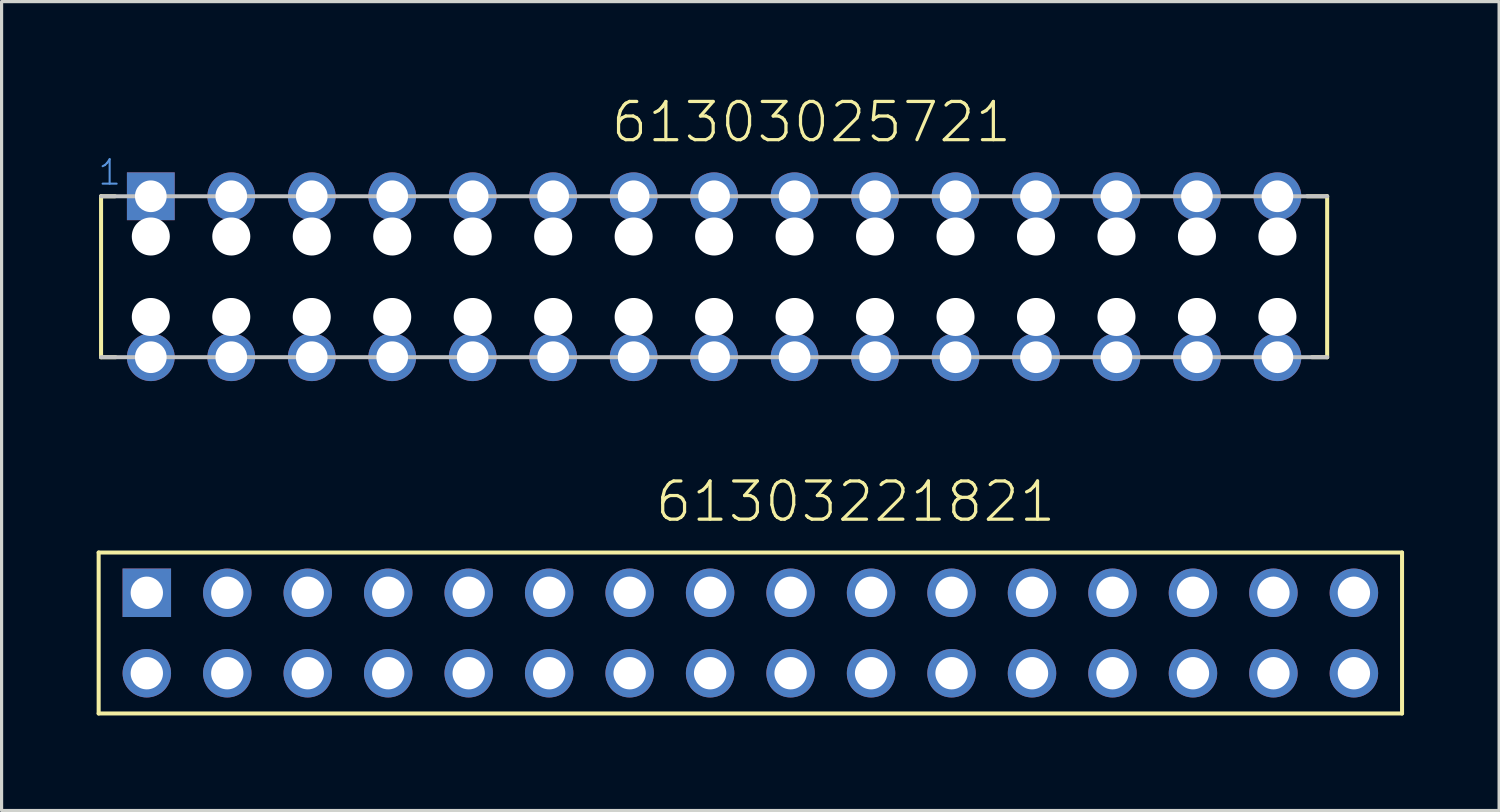
<source format=kicad_pcb>
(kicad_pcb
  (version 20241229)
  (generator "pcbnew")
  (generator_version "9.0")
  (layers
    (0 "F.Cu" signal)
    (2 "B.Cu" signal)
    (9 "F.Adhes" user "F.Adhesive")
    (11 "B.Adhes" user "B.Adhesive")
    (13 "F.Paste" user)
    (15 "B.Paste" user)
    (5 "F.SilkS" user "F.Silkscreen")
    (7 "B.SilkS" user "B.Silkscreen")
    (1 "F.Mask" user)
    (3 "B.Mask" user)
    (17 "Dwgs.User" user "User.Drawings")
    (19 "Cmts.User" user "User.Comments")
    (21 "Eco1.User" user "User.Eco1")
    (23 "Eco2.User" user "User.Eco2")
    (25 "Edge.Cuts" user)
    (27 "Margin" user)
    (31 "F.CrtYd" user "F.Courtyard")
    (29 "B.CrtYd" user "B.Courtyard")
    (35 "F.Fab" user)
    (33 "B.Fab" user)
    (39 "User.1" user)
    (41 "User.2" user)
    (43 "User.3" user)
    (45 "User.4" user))
  (footprint "61303221821"
    (layer "F.Cu")
    (at 20.634 16.93)
    (property "Reference" "61303221821" (at -3.063 -3.44 0) (layer "F.SilkS") (effects (font (size 1.206 1.206) (thickness 0.102)) (justify left bottom)))
    (attr through_hole)
    (fp_line (start -20.57 -2.54) (end -20.57 2.54) (stroke (width 0.127) (type solid)) (layer "F.SilkS"))
    (fp_line (start -20.57 2.54) (end 20.57 2.54) (stroke (width 0.127) (type solid)) (layer "F.SilkS"))
    (fp_line (start 20.57 -2.54) (end -20.57 -2.54) (stroke (width 0.127) (type solid)) (layer "F.SilkS"))
    (fp_line (start 20.57 2.54) (end 20.57 -2.54) (stroke (width 0.127) (type solid)) (layer "F.SilkS"))
    (fp_text user "1" (at -19.28 -1 0) (layer "Cmts.User") (effects (font (size 0.579 0.579) (thickness 0.049)) (justify left bottom)))
    (pad "1" thru_hole rect (at -19.05 -1.27) (size 1.53 1.53) (drill 1.02) (layers "*.Cu" "*.Mask"))
    (pad "2" thru_hole circle (at -16.51 -1.27) (size 1.53 1.53) (drill 1.02) (layers "*.Cu" "*.Mask"))
    (pad "3" thru_hole circle (at -13.97 -1.27) (size 1.53 1.53) (drill 1.02) (layers "*.Cu" "*.Mask"))
    (pad "4" thru_hole circle (at -11.43 -1.27) (size 1.53 1.53) (drill 1.02) (layers "*.Cu" "*.Mask"))
    (pad "5" thru_hole circle (at -8.89 -1.27) (size 1.53 1.53) (drill 1.02) (layers "*.Cu" "*.Mask"))
    (pad "6" thru_hole circle (at -6.35 -1.27) (size 1.53 1.53) (drill 1.02) (layers "*.Cu" "*.Mask"))
    (pad "7" thru_hole circle (at -3.81 -1.27) (size 1.53 1.53) (drill 1.02) (layers "*.Cu" "*.Mask"))
    (pad "8" thru_hole circle (at -1.27 -1.27) (size 1.53 1.53) (drill 1.02) (layers "*.Cu" "*.Mask"))
    (pad "9" thru_hole circle (at 1.27 -1.27) (size 1.53 1.53) (drill 1.02) (layers "*.Cu" "*.Mask"))
    (pad "10" thru_hole circle (at 3.81 -1.27) (size 1.53 1.53) (drill 1.02) (layers "*.Cu" "*.Mask"))
    (pad "11" thru_hole circle (at 6.35 -1.27) (size 1.53 1.53) (drill 1.02) (layers "*.Cu" "*.Mask"))
    (pad "12" thru_hole circle (at 8.89 -1.27) (size 1.53 1.53) (drill 1.02) (layers "*.Cu" "*.Mask"))
    (pad "13" thru_hole circle (at 11.43 -1.27) (size 1.53 1.53) (drill 1.02) (layers "*.Cu" "*.Mask"))
    (pad "14" thru_hole circle (at 13.97 -1.27) (size 1.53 1.53) (drill 1.02) (layers "*.Cu" "*.Mask"))
    (pad "15" thru_hole circle (at 16.51 -1.27) (size 1.53 1.53) (drill 1.02) (layers "*.Cu" "*.Mask"))
    (pad "16" thru_hole circle (at 19.05 -1.27) (size 1.53 1.53) (drill 1.02) (layers "*.Cu" "*.Mask"))
    (pad "17" thru_hole circle (at 19.05 1.27) (size 1.53 1.53) (drill 1.02) (layers "*.Cu" "*.Mask"))
    (pad "18" thru_hole circle (at 16.51 1.27) (size 1.53 1.53) (drill 1.02) (layers "*.Cu" "*.Mask"))
    (pad "19" thru_hole circle (at 13.97 1.27) (size 1.53 1.53) (drill 1.02) (layers "*.Cu" "*.Mask"))
    (pad "20" thru_hole circle (at 11.43 1.27) (size 1.53 1.53) (drill 1.02) (layers "*.Cu" "*.Mask"))
    (pad "21" thru_hole circle (at 8.89 1.27) (size 1.53 1.53) (drill 1.02) (layers "*.Cu" "*.Mask"))
    (pad "22" thru_hole circle (at 6.35 1.27) (size 1.53 1.53) (drill 1.02) (layers "*.Cu" "*.Mask"))
    (pad "23" thru_hole circle (at 3.81 1.27) (size 1.53 1.53) (drill 1.02) (layers "*.Cu" "*.Mask"))
    (pad "24" thru_hole circle (at 1.27 1.27) (size 1.53 1.53) (drill 1.02) (layers "*.Cu" "*.Mask"))
    (pad "25" thru_hole circle (at -1.27 1.27) (size 1.53 1.53) (drill 1.02) (layers "*.Cu" "*.Mask"))
    (pad "26" thru_hole circle (at -3.81 1.27) (size 1.53 1.53) (drill 1.02) (layers "*.Cu" "*.Mask"))
    (pad "27" thru_hole circle (at -6.35 1.27) (size 1.53 1.53) (drill 1.02) (layers "*.Cu" "*.Mask"))
    (pad "28" thru_hole circle (at -8.89 1.27) (size 1.53 1.53) (drill 1.02) (layers "*.Cu" "*.Mask"))
    (pad "29" thru_hole circle (at -11.43 1.27) (size 1.53 1.53) (drill 1.02) (layers "*.Cu" "*.Mask"))
    (pad "30" thru_hole circle (at -13.97 1.27) (size 1.53 1.53) (drill 1.02) (layers "*.Cu" "*.Mask"))
    (pad "31" thru_hole circle (at -16.51 1.27) (size 1.53 1.53) (drill 1.02) (layers "*.Cu" "*.Mask"))
    (pad "32" thru_hole circle (at -19.05 1.27) (size 1.53 1.53) (drill 1.02) (layers "*.Cu" "*.Mask")))
  (footprint "61303025721"
    (layer "F.Cu")
    (at 19.49 5.685)
    (property "Reference" "61303025721" (at -3.313 -4.174 0) (layer "F.SilkS") (effects (font (size 1.206 1.206) (thickness 0.102)) (justify left bottom)))
    (attr through_hole)
    (fp_line (start -19.35 2.54) (end -19.35 -2.54) (stroke (width 0.127) (type solid)) (layer "F.SilkS"))
    (fp_line (start -18.91 -2.54) (end -19.35 -2.54) (stroke (width 0.127) (type solid)) (layer "F.SilkS"))
    (fp_line (start -18.89 2.54) (end -19.35 2.54) (stroke (width 0.127) (type solid)) (layer "F.SilkS"))
    (fp_line (start 18.72 -2.54) (end 19.35 -2.54) (stroke (width 0.127) (type solid)) (layer "F.SilkS"))
    (fp_line (start 18.87 2.54) (end 19.35 2.54) (stroke (width 0.127) (type solid)) (layer "F.SilkS"))
    (fp_line (start 19.35 -2.54) (end 19.35 2.54) (stroke (width 0.127) (type solid)) (layer "F.SilkS"))
    (fp_line (start -19.35 -2.54) (end 19.35 -2.54) (stroke (width 0.127) (type solid)) (layer "Dwgs.User"))
    (fp_line (start 19.35 2.54) (end -19.35 2.54) (stroke (width 0.127) (type solid)) (layer "Dwgs.User"))
    (fp_text user "1" (at -19.49 -2.84 0) (layer "Cmts.User") (effects (font (size 0.772 0.772) (thickness 0.065)) (justify left bottom)))
    (pad "" np_thru_hole circle (at -17.78 -1.27) (size 1.2 1.2) (drill 1.2) (layers "*.Cu"))
    (pad "" np_thru_hole circle (at -17.78 1.27) (size 1.2 1.2) (drill 1.2) (layers "*.Cu"))
    (pad "" np_thru_hole circle (at -15.24 -1.27) (size 1.2 1.2) (drill 1.2) (layers "*.Cu"))
    (pad "" np_thru_hole circle (at -15.24 1.27) (size 1.2 1.2) (drill 1.2) (layers "*.Cu"))
    (pad "" np_thru_hole circle (at -12.7 -1.27) (size 1.2 1.2) (drill 1.2) (layers "*.Cu"))
    (pad "" np_thru_hole circle (at -12.7 1.27) (size 1.2 1.2) (drill 1.2) (layers "*.Cu"))
    (pad "" np_thru_hole circle (at -10.16 -1.27) (size 1.2 1.2) (drill 1.2) (layers "*.Cu"))
    (pad "" np_thru_hole circle (at -10.16 1.27) (size 1.2 1.2) (drill 1.2) (layers "*.Cu"))
    (pad "" np_thru_hole circle (at -7.62 -1.27) (size 1.2 1.2) (drill 1.2) (layers "*.Cu"))
    (pad "" np_thru_hole circle (at -7.62 1.27) (size 1.2 1.2) (drill 1.2) (layers "*.Cu"))
    (pad "" np_thru_hole circle (at -5.08 -1.27) (size 1.2 1.2) (drill 1.2) (layers "*.Cu"))
    (pad "" np_thru_hole circle (at -5.08 1.27) (size 1.2 1.2) (drill 1.2) (layers "*.Cu"))
    (pad "" np_thru_hole circle (at -2.54 -1.27) (size 1.2 1.2) (drill 1.2) (layers "*.Cu"))
    (pad "" np_thru_hole circle (at -2.54 1.27) (size 1.2 1.2) (drill 1.2) (layers "*.Cu"))
    (pad "" np_thru_hole circle (at 0 -1.27) (size 1.2 1.2) (drill 1.2) (layers "*.Cu"))
    (pad "" np_thru_hole circle (at 0 1.27) (size 1.2 1.2) (drill 1.2) (layers "*.Cu"))
    (pad "" np_thru_hole circle (at 2.54 -1.27) (size 1.2 1.2) (drill 1.2) (layers "*.Cu"))
    (pad "" np_thru_hole circle (at 2.54 1.27) (size 1.2 1.2) (drill 1.2) (layers "*.Cu"))
    (pad "" np_thru_hole circle (at 5.08 -1.27) (size 1.2 1.2) (drill 1.2) (layers "*.Cu"))
    (pad "" np_thru_hole circle (at 5.08 1.27) (size 1.2 1.2) (drill 1.2) (layers "*.Cu"))
    (pad "" np_thru_hole circle (at 7.62 -1.27) (size 1.2 1.2) (drill 1.2) (layers "*.Cu"))
    (pad "" np_thru_hole circle (at 7.62 1.27) (size 1.2 1.2) (drill 1.2) (layers "*.Cu"))
    (pad "" np_thru_hole circle (at 10.16 -1.27) (size 1.2 1.2) (drill 1.2) (layers "*.Cu"))
    (pad "" np_thru_hole circle (at 10.16 1.27) (size 1.2 1.2) (drill 1.2) (layers "*.Cu"))
    (pad "" np_thru_hole circle (at 12.7 -1.27) (size 1.2 1.2) (drill 1.2) (layers "*.Cu"))
    (pad "" np_thru_hole circle (at 12.7 1.27) (size 1.2 1.2) (drill 1.2) (layers "*.Cu"))
    (pad "" np_thru_hole circle (at 15.24 -1.27) (size 1.2 1.2) (drill 1.2) (layers "*.Cu"))
    (pad "" np_thru_hole circle (at 15.24 1.27) (size 1.2 1.2) (drill 1.2) (layers "*.Cu"))
    (pad "" np_thru_hole circle (at 17.78 -1.27) (size 1.2 1.2) (drill 1.2) (layers "*.Cu"))
    (pad "" np_thru_hole circle (at 17.78 1.27) (size 1.2 1.2) (drill 1.2) (layers "*.Cu"))
    (pad "1" thru_hole rect (at -17.78 -2.54) (size 1.508 1.508) (drill 1) (layers "*.Cu" "*.Mask"))
    (pad "2" thru_hole circle (at -15.24 -2.54) (size 1.508 1.508) (drill 1) (layers "*.Cu" "*.Mask"))
    (pad "3" thru_hole circle (at -12.7 -2.54) (size 1.508 1.508) (drill 1) (layers "*.Cu" "*.Mask"))
    (pad "4" thru_hole circle (at -10.16 -2.54) (size 1.508 1.508) (drill 1) (layers "*.Cu" "*.Mask"))
    (pad "5" thru_hole circle (at -7.62 -2.54) (size 1.508 1.508) (drill 1) (layers "*.Cu" "*.Mask"))
    (pad "6" thru_hole circle (at -5.08 -2.54) (size 1.508 1.508) (drill 1) (layers "*.Cu" "*.Mask"))
    (pad "7" thru_hole circle (at -2.54 -2.54) (size 1.508 1.508) (drill 1) (layers "*.Cu" "*.Mask"))
    (pad "8" thru_hole circle (at 0 -2.54) (size 1.508 1.508) (drill 1) (layers "*.Cu" "*.Mask"))
    (pad "9" thru_hole circle (at 2.54 -2.54) (size 1.508 1.508) (drill 1) (layers "*.Cu" "*.Mask"))
    (pad "10" thru_hole circle (at 5.08 -2.54) (size 1.508 1.508) (drill 1) (layers "*.Cu" "*.Mask"))
    (pad "11" thru_hole circle (at 7.62 -2.54) (size 1.508 1.508) (drill 1) (layers "*.Cu" "*.Mask"))
    (pad "12" thru_hole circle (at 10.16 -2.54) (size 1.508 1.508) (drill 1) (layers "*.Cu" "*.Mask"))
    (pad "13" thru_hole circle (at 12.7 -2.54) (size 1.508 1.508) (drill 1) (layers "*.Cu" "*.Mask"))
    (pad "14" thru_hole circle (at 15.24 -2.54) (size 1.508 1.508) (drill 1) (layers "*.Cu" "*.Mask"))
    (pad "15" thru_hole circle (at 17.78 -2.54) (size 1.508 1.508) (drill 1) (layers "*.Cu" "*.Mask"))
    (pad "16" thru_hole circle (at 17.78 2.54) (size 1.508 1.508) (drill 1) (layers "*.Cu" "*.Mask"))
    (pad "17" thru_hole circle (at 15.24 2.54) (size 1.508 1.508) (drill 1) (layers "*.Cu" "*.Mask"))
    (pad "18" thru_hole circle (at 12.7 2.54) (size 1.508 1.508) (drill 1) (layers "*.Cu" "*.Mask"))
    (pad "19" thru_hole circle (at 10.16 2.54) (size 1.508 1.508) (drill 1) (layers "*.Cu" "*.Mask"))
    (pad "20" thru_hole circle (at 7.62 2.54) (size 1.508 1.508) (drill 1) (layers "*.Cu" "*.Mask"))
    (pad "21" thru_hole circle (at 5.08 2.54) (size 1.508 1.508) (drill 1) (layers "*.Cu" "*.Mask"))
    (pad "22" thru_hole circle (at 2.54 2.54) (size 1.508 1.508) (drill 1) (layers "*.Cu" "*.Mask"))
    (pad "23" thru_hole circle (at 0 2.54) (size 1.508 1.508) (drill 1) (layers "*.Cu" "*.Mask"))
    (pad "24" thru_hole circle (at -2.54 2.54) (size 1.508 1.508) (drill 1) (layers "*.Cu" "*.Mask"))
    (pad "25" thru_hole circle (at -5.08 2.54) (size 1.508 1.508) (drill 1) (layers "*.Cu" "*.Mask"))
    (pad "26" thru_hole circle (at -7.62 2.54) (size 1.508 1.508) (drill 1) (layers "*.Cu" "*.Mask"))
    (pad "27" thru_hole circle (at -10.16 2.54) (size 1.508 1.508) (drill 1) (layers "*.Cu" "*.Mask"))
    (pad "28" thru_hole circle (at -12.7 2.54) (size 1.508 1.508) (drill 1) (layers "*.Cu" "*.Mask"))
    (pad "29" thru_hole circle (at -15.24 2.54) (size 1.508 1.508) (drill 1) (layers "*.Cu" "*.Mask"))
    (pad "30" thru_hole circle (at -17.78 2.54) (size 1.508 1.508) (drill 1) (layers "*.Cu" "*.Mask")))
  (gr_rect
    (start -3 -3)
    (end 44.267 22.534)
    (stroke (width 0.1) (type default))
    (fill no)
    (layer "Edge.Cuts")))
</source>
